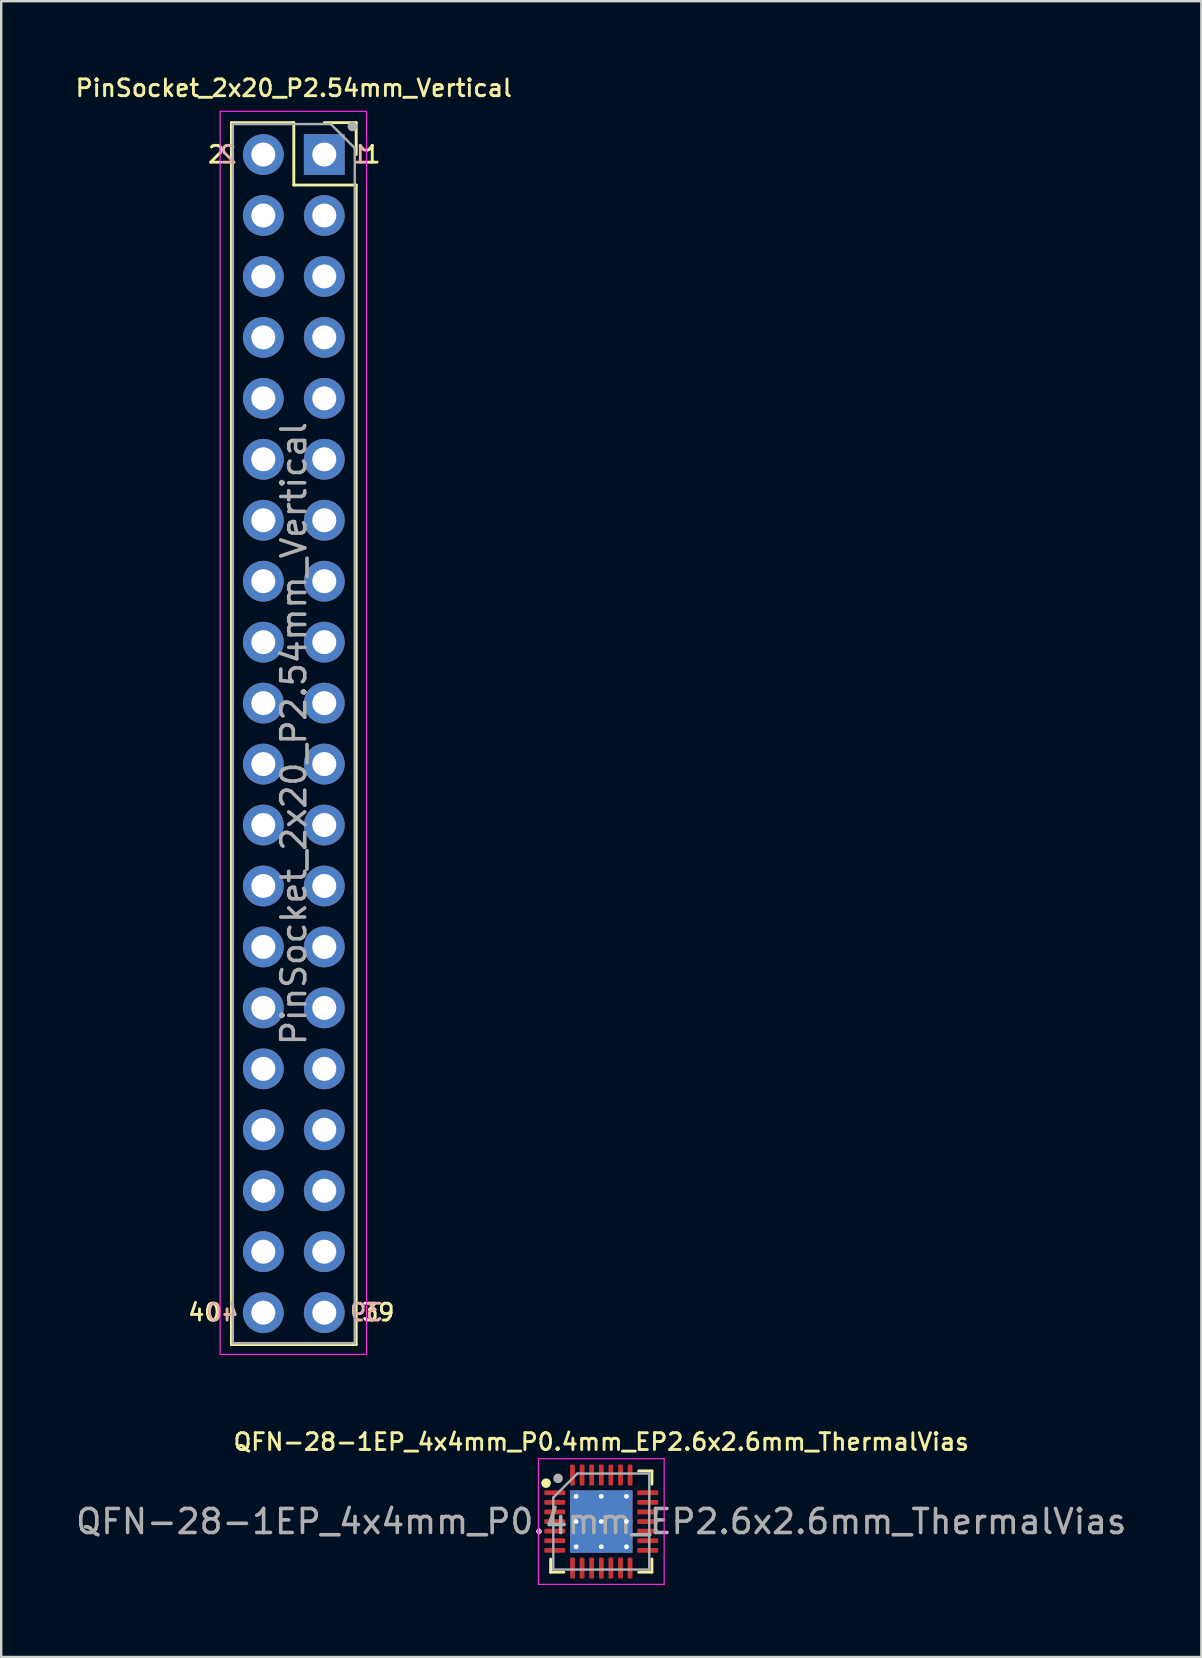
<source format=kicad_pcb>
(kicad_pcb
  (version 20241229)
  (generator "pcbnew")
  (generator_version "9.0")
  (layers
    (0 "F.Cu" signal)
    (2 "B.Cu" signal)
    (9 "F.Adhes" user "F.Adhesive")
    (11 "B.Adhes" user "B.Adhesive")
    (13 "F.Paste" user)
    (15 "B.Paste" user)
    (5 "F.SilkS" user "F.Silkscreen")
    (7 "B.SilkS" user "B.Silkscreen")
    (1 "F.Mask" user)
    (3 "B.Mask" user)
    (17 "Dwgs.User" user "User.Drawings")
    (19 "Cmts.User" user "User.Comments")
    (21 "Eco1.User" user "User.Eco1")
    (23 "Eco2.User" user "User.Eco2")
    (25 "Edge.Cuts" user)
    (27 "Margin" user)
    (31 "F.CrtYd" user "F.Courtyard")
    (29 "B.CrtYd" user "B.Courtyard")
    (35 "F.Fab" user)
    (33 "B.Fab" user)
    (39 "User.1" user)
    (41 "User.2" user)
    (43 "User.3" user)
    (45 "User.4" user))
  (footprint "PinSocket_2x20_P2.54mm_Vertical"
    (layer "F.Cu")
    (at 10.463 3.39)
    (property "Reference" "PinSocket_2x20_P2.54mm_Vertical" (at -1.27 -2.77 0) (layer "F.SilkS") (effects (font (size 0.7 0.7) (thickness 0.12))))
    (attr through_hole)
    (fp_line (start -3.87 -1.33) (end -3.87 49.59) (stroke (width 0.12) (type solid)) (layer "F.SilkS"))
    (fp_line (start -3.87 -1.33) (end -1.27 -1.33) (stroke (width 0.12) (type solid)) (layer "F.SilkS"))
    (fp_line (start -3.87 49.59) (end 1.33 49.59) (stroke (width 0.12) (type solid)) (layer "F.SilkS"))
    (fp_line (start -1.27 -1.33) (end -1.27 1.27) (stroke (width 0.12) (type solid)) (layer "F.SilkS"))
    (fp_line (start -1.27 1.27) (end 1.33 1.27) (stroke (width 0.12) (type solid)) (layer "F.SilkS"))
    (fp_line (start 0 -1.33) (end 1.33 -1.33) (stroke (width 0.12) (type solid)) (layer "F.SilkS"))
    (fp_line (start 1.33 -1.33) (end 1.33 0) (stroke (width 0.12) (type solid)) (layer "F.SilkS"))
    (fp_line (start 1.33 1.27) (end 1.33 49.59) (stroke (width 0.12) (type solid)) (layer "F.SilkS"))
    (fp_line (start -4.34 -1.8) (end 1.76 -1.8) (stroke (width 0.05) (type solid)) (layer "F.CrtYd"))
    (fp_line (start -4.34 50) (end -4.34 -1.8) (stroke (width 0.05) (type solid)) (layer "F.CrtYd"))
    (fp_line (start 1.76 -1.8) (end 1.76 50) (stroke (width 0.05) (type solid)) (layer "F.CrtYd"))
    (fp_line (start 1.76 50) (end -4.34 50) (stroke (width 0.05) (type solid)) (layer "F.CrtYd"))
    (fp_line (start -3.81 -1.27) (end 0.27 -1.27) (stroke (width 0.1) (type solid)) (layer "F.Fab"))
    (fp_line (start -3.81 49.53) (end -3.81 -1.27) (stroke (width 0.1) (type solid)) (layer "F.Fab"))
    (fp_line (start 0.27 -1.27) (end 1.27 -0.27) (stroke (width 0.1) (type solid)) (layer "F.Fab"))
    (fp_line (start 1.27 -0.27) (end 1.27 49.53) (stroke (width 0.1) (type solid)) (layer "F.Fab"))
    (fp_line (start 1.27 49.53) (end -3.81 49.53) (stroke (width 0.1) (type solid)) (layer "F.Fab"))
    (fp_circle (center 1.17 -1.17) (end 1.27 -1.17) (stroke (width 0.2) (type solid)) (fill no) (layer "F.Fab"))
    (fp_text user "39" (at 2.25 48.25 0) (layer "F.SilkS") (effects (font (size 0.7 0.7) (thickness 0.12))))
    (fp_text user "2" (at -4.5 0 0) (layer "F.SilkS") (effects (font (size 0.7 0.7) (thickness 0.12))))
    (fp_text user "1" (at 2 0 0) (layer "F.SilkS") (effects (font (size 0.7 0.7) (thickness 0.12))))
    (fp_text user "40" (at -5 48.25 0) (layer "F.SilkS") (effects (font (size 0.7 0.7) (thickness 0.12))))
    (fp_text user "1" (at 1.5 0 0) (layer "B.SilkS") (effects (font (size 0.7 0.7) (thickness 0.12)) (justify mirror)))
    (fp_text user "39" (at 1.75 48.25 0) (layer "B.SilkS") (effects (font (size 0.7 0.7) (thickness 0.12)) (justify mirror)))
    (fp_text user "2" (at -4 0 0) (layer "B.SilkS") (effects (font (size 0.7 0.7) (thickness 0.12)) (justify mirror)))
    (fp_text user "40" (at -4.25 48.25 0) (layer "B.SilkS") (effects (font (size 0.7 0.7) (thickness 0.12)) (justify mirror)))
    (fp_text user "${REFERENCE}" (at -1.27 24.13 90) (layer "F.Fab") (effects (font (size 1 1) (thickness 0.15))))
    (pad "1" thru_hole rect (at 0 0) (size 1.7 1.7) (drill 1) (layers "*.Cu" "*.Mask"))
    (pad "2" thru_hole oval (at -2.54 0) (size 1.7 1.7) (drill 1) (layers "*.Cu" "*.Mask"))
    (pad "3" thru_hole oval (at 0 2.54) (size 1.7 1.7) (drill 1) (layers "*.Cu" "*.Mask"))
    (pad "4" thru_hole oval (at -2.54 2.54) (size 1.7 1.7) (drill 1) (layers "*.Cu" "*.Mask"))
    (pad "5" thru_hole oval (at 0 5.08) (size 1.7 1.7) (drill 1) (layers "*.Cu" "*.Mask"))
    (pad "6" thru_hole oval (at -2.54 5.08) (size 1.7 1.7) (drill 1) (layers "*.Cu" "*.Mask"))
    (pad "7" thru_hole oval (at 0 7.62) (size 1.7 1.7) (drill 1) (layers "*.Cu" "*.Mask"))
    (pad "8" thru_hole oval (at -2.54 7.62) (size 1.7 1.7) (drill 1) (layers "*.Cu" "*.Mask"))
    (pad "9" thru_hole oval (at 0 10.16) (size 1.7 1.7) (drill 1) (layers "*.Cu" "*.Mask"))
    (pad "10" thru_hole oval (at -2.54 10.16) (size 1.7 1.7) (drill 1) (layers "*.Cu" "*.Mask"))
    (pad "11" thru_hole oval (at 0 12.7) (size 1.7 1.7) (drill 1) (layers "*.Cu" "*.Mask"))
    (pad "12" thru_hole oval (at -2.54 12.7) (size 1.7 1.7) (drill 1) (layers "*.Cu" "*.Mask"))
    (pad "13" thru_hole oval (at 0 15.24) (size 1.7 1.7) (drill 1) (layers "*.Cu" "*.Mask"))
    (pad "14" thru_hole oval (at -2.54 15.24) (size 1.7 1.7) (drill 1) (layers "*.Cu" "*.Mask"))
    (pad "15" thru_hole oval (at 0 17.78) (size 1.7 1.7) (drill 1) (layers "*.Cu" "*.Mask"))
    (pad "16" thru_hole oval (at -2.54 17.78) (size 1.7 1.7) (drill 1) (layers "*.Cu" "*.Mask"))
    (pad "17" thru_hole oval (at 0 20.32) (size 1.7 1.7) (drill 1) (layers "*.Cu" "*.Mask"))
    (pad "18" thru_hole oval (at -2.54 20.32) (size 1.7 1.7) (drill 1) (layers "*.Cu" "*.Mask"))
    (pad "19" thru_hole oval (at 0 22.86) (size 1.7 1.7) (drill 1) (layers "*.Cu" "*.Mask"))
    (pad "20" thru_hole oval (at -2.54 22.86) (size 1.7 1.7) (drill 1) (layers "*.Cu" "*.Mask"))
    (pad "21" thru_hole oval (at 0 25.4) (size 1.7 1.7) (drill 1) (layers "*.Cu" "*.Mask"))
    (pad "22" thru_hole oval (at -2.54 25.4) (size 1.7 1.7) (drill 1) (layers "*.Cu" "*.Mask"))
    (pad "23" thru_hole oval (at 0 27.94) (size 1.7 1.7) (drill 1) (layers "*.Cu" "*.Mask"))
    (pad "24" thru_hole oval (at -2.54 27.94) (size 1.7 1.7) (drill 1) (layers "*.Cu" "*.Mask"))
    (pad "25" thru_hole oval (at 0 30.48) (size 1.7 1.7) (drill 1) (layers "*.Cu" "*.Mask"))
    (pad "26" thru_hole oval (at -2.54 30.48) (size 1.7 1.7) (drill 1) (layers "*.Cu" "*.Mask"))
    (pad "27" thru_hole oval (at 0 33.02) (size 1.7 1.7) (drill 1) (layers "*.Cu" "*.Mask"))
    (pad "28" thru_hole oval (at -2.54 33.02) (size 1.7 1.7) (drill 1) (layers "*.Cu" "*.Mask"))
    (pad "29" thru_hole oval (at 0 35.56) (size 1.7 1.7) (drill 1) (layers "*.Cu" "*.Mask"))
    (pad "30" thru_hole oval (at -2.54 35.56) (size 1.7 1.7) (drill 1) (layers "*.Cu" "*.Mask"))
    (pad "31" thru_hole oval (at 0 38.1) (size 1.7 1.7) (drill 1) (layers "*.Cu" "*.Mask"))
    (pad "32" thru_hole oval (at -2.54 38.1) (size 1.7 1.7) (drill 1) (layers "*.Cu" "*.Mask"))
    (pad "33" thru_hole oval (at 0 40.64) (size 1.7 1.7) (drill 1) (layers "*.Cu" "*.Mask"))
    (pad "34" thru_hole oval (at -2.54 40.64) (size 1.7 1.7) (drill 1) (layers "*.Cu" "*.Mask"))
    (pad "35" thru_hole oval (at 0 43.18) (size 1.7 1.7) (drill 1) (layers "*.Cu" "*.Mask"))
    (pad "36" thru_hole oval (at -2.54 43.18) (size 1.7 1.7) (drill 1) (layers "*.Cu" "*.Mask"))
    (pad "37" thru_hole oval (at 0 45.72) (size 1.7 1.7) (drill 1) (layers "*.Cu" "*.Mask"))
    (pad "38" thru_hole oval (at -2.54 45.72) (size 1.7 1.7) (drill 1) (layers "*.Cu" "*.Mask"))
    (pad "39" thru_hole oval (at 0 48.26) (size 1.7 1.7) (drill 1) (layers "*.Cu" "*.Mask"))
    (pad "40" thru_hole oval (at -2.54 48.26) (size 1.7 1.7) (drill 1) (layers "*.Cu" "*.Mask")))
  (footprint "QFN-28-1EP_4x4mm_P0.4mm_EP2.6x2.6mm_ThermalVias"
    (layer "F.Cu")
    (at 22.006 60.355)
    (property "Reference" "QFN-28-1EP_4x4mm_P0.4mm_EP2.6x2.6mm_ThermalVias" (at 0 -3.32 0) (layer "F.SilkS") (effects (font (size 0.7 0.7) (thickness 0.12))))
    (attr smd)
    (fp_line (start -2.11 2.11) (end -2.11 1.56) (stroke (width 0.12) (type solid)) (layer "F.SilkS"))
    (fp_line (start -1.56 2.11) (end -2.11 2.11) (stroke (width 0.12) (type solid)) (layer "F.SilkS"))
    (fp_line (start 1.56 -2.11) (end 2.11 -2.11) (stroke (width 0.12) (type solid)) (layer "F.SilkS"))
    (fp_line (start 1.56 2.11) (end 2.11 2.11) (stroke (width 0.12) (type solid)) (layer "F.SilkS"))
    (fp_line (start 2.11 -2.11) (end 2.11 -1.56) (stroke (width 0.12) (type solid)) (layer "F.SilkS"))
    (fp_line (start 2.11 2.11) (end 2.11 1.56) (stroke (width 0.12) (type solid)) (layer "F.SilkS"))
    (fp_circle (center -2.3 -1.6) (end -2.2 -1.6) (stroke (width 0.2) (type solid)) (fill no) (layer "F.SilkS"))
    (fp_line (start -2.62 -2.62) (end -2.62 2.62) (stroke (width 0.05) (type solid)) (layer "F.CrtYd"))
    (fp_line (start -2.62 2.62) (end 2.62 2.62) (stroke (width 0.05) (type solid)) (layer "F.CrtYd"))
    (fp_line (start 2.62 -2.62) (end -2.62 -2.62) (stroke (width 0.05) (type solid)) (layer "F.CrtYd"))
    (fp_line (start 2.62 2.62) (end 2.62 -2.62) (stroke (width 0.05) (type solid)) (layer "F.CrtYd"))
    (fp_line (start -2 -1) (end -1 -2) (stroke (width 0.1) (type solid)) (layer "F.Fab"))
    (fp_line (start -2 2) (end -2 -1) (stroke (width 0.1) (type solid)) (layer "F.Fab"))
    (fp_line (start -1 -2) (end 2 -2) (stroke (width 0.1) (type solid)) (layer "F.Fab"))
    (fp_line (start 2 -2) (end 2 2) (stroke (width 0.1) (type solid)) (layer "F.Fab"))
    (fp_line (start 2 2) (end -2 2) (stroke (width 0.1) (type solid)) (layer "F.Fab"))
    (fp_circle (center -1.8 -1.8) (end -1.7 -1.8) (stroke (width 0.2) (type solid)) (fill no) (layer "F.Fab"))
    (fp_text user "${REFERENCE}" (at 0 0 0) (layer "F.Fab") (effects (font (size 1 1) (thickness 0.15))))
    (pad "" smd roundrect (at -0.65 -0.65) (size 1.13 1.13) (layers "F.Paste") (roundrect_rratio 0.221))
    (pad "" smd roundrect (at -0.65 0.65) (size 1.13 1.13) (layers "F.Paste") (roundrect_rratio 0.221))
    (pad "" smd roundrect (at 0.65 -0.65) (size 1.13 1.13) (layers "F.Paste") (roundrect_rratio 0.221))
    (pad "" smd roundrect (at 0.65 0.65) (size 1.13 1.13) (layers "F.Paste") (roundrect_rratio 0.221))
    (pad "1" smd roundrect (at -1.938 -1.2) (size 0.875 0.2) (layers "F.Cu" "F.Mask" "F.Paste") (roundrect_rratio 0.25))
    (pad "2" smd roundrect (at -1.938 -0.8) (size 0.875 0.2) (layers "F.Cu" "F.Mask" "F.Paste") (roundrect_rratio 0.25))
    (pad "3" smd roundrect (at -1.938 -0.4) (size 0.875 0.2) (layers "F.Cu" "F.Mask" "F.Paste") (roundrect_rratio 0.25))
    (pad "4" smd roundrect (at -1.938 0) (size 0.875 0.2) (layers "F.Cu" "F.Mask" "F.Paste") (roundrect_rratio 0.25))
    (pad "5" smd roundrect (at -1.938 0.4) (size 0.875 0.2) (layers "F.Cu" "F.Mask" "F.Paste") (roundrect_rratio 0.25))
    (pad "6" smd roundrect (at -1.938 0.8) (size 0.875 0.2) (layers "F.Cu" "F.Mask" "F.Paste") (roundrect_rratio 0.25))
    (pad "7" smd roundrect (at -1.938 1.2) (size 0.875 0.2) (layers "F.Cu" "F.Mask" "F.Paste") (roundrect_rratio 0.25))
    (pad "8" smd roundrect (at -1.2 1.938) (size 0.2 0.875) (layers "F.Cu" "F.Mask" "F.Paste") (roundrect_rratio 0.25))
    (pad "9" smd roundrect (at -0.8 1.938) (size 0.2 0.875) (layers "F.Cu" "F.Mask" "F.Paste") (roundrect_rratio 0.25))
    (pad "10" smd roundrect (at -0.4 1.938) (size 0.2 0.875) (layers "F.Cu" "F.Mask" "F.Paste") (roundrect_rratio 0.25))
    (pad "11" smd roundrect (at 0 1.938) (size 0.2 0.875) (layers "F.Cu" "F.Mask" "F.Paste") (roundrect_rratio 0.25))
    (pad "12" smd roundrect (at 0.4 1.938) (size 0.2 0.875) (layers "F.Cu" "F.Mask" "F.Paste") (roundrect_rratio 0.25))
    (pad "13" smd roundrect (at 0.8 1.938) (size 0.2 0.875) (layers "F.Cu" "F.Mask" "F.Paste") (roundrect_rratio 0.25))
    (pad "14" smd roundrect (at 1.2 1.938) (size 0.2 0.875) (layers "F.Cu" "F.Mask" "F.Paste") (roundrect_rratio 0.25))
    (pad "15" smd roundrect (at 1.938 1.2) (size 0.875 0.2) (layers "F.Cu" "F.Mask" "F.Paste") (roundrect_rratio 0.25))
    (pad "16" smd roundrect (at 1.938 0.8) (size 0.875 0.2) (layers "F.Cu" "F.Mask" "F.Paste") (roundrect_rratio 0.25))
    (pad "17" smd roundrect (at 1.938 0.4) (size 0.875 0.2) (layers "F.Cu" "F.Mask" "F.Paste") (roundrect_rratio 0.25))
    (pad "18" smd roundrect (at 1.938 0) (size 0.875 0.2) (layers "F.Cu" "F.Mask" "F.Paste") (roundrect_rratio 0.25))
    (pad "19" smd roundrect (at 1.938 -0.4) (size 0.875 0.2) (layers "F.Cu" "F.Mask" "F.Paste") (roundrect_rratio 0.25))
    (pad "20" smd roundrect (at 1.938 -0.8) (size 0.875 0.2) (layers "F.Cu" "F.Mask" "F.Paste") (roundrect_rratio 0.25))
    (pad "21" smd roundrect (at 1.938 -1.2) (size 0.875 0.2) (layers "F.Cu" "F.Mask" "F.Paste") (roundrect_rratio 0.25))
    (pad "22" smd roundrect (at 1.2 -1.938) (size 0.2 0.875) (layers "F.Cu" "F.Mask" "F.Paste") (roundrect_rratio 0.25))
    (pad "23" smd roundrect (at 0.8 -1.938) (size 0.2 0.875) (layers "F.Cu" "F.Mask" "F.Paste") (roundrect_rratio 0.25))
    (pad "24" smd roundrect (at 0.4 -1.938) (size 0.2 0.875) (layers "F.Cu" "F.Mask" "F.Paste") (roundrect_rratio 0.25))
    (pad "25" smd roundrect (at 0 -1.938) (size 0.2 0.875) (layers "F.Cu" "F.Mask" "F.Paste") (roundrect_rratio 0.25))
    (pad "26" smd roundrect (at -0.4 -1.938) (size 0.2 0.875) (layers "F.Cu" "F.Mask" "F.Paste") (roundrect_rratio 0.25))
    (pad "27" smd roundrect (at -0.8 -1.938) (size 0.2 0.875) (layers "F.Cu" "F.Mask" "F.Paste") (roundrect_rratio 0.25))
    (pad "28" smd roundrect (at -1.2 -1.938) (size 0.2 0.875) (layers "F.Cu" "F.Mask" "F.Paste") (roundrect_rratio 0.25))
    (pad "29" thru_hole circle (at -1.05 -1.05) (size 0.5 0.5) (drill 0.2) (layers "*.Cu"))
    (pad "29" thru_hole circle (at -1.05 0) (size 0.5 0.5) (drill 0.2) (layers "*.Cu"))
    (pad "29" thru_hole circle (at -1.05 1.05) (size 0.5 0.5) (drill 0.2) (layers "*.Cu"))
    (pad "29" thru_hole circle (at 0 -1.05) (size 0.5 0.5) (drill 0.2) (layers "*.Cu"))
    (pad "29" thru_hole circle (at 0 0) (size 0.5 0.5) (drill 0.2) (layers "*.Cu"))
    (pad "29" smd rect (at 0 0) (size 2.6 2.6) (layers "F.Cu" "F.Mask"))
    (pad "29" smd rect (at 0 0) (size 2.6 2.6) (layers "B.Cu"))
    (pad "29" thru_hole circle (at 0 1.05) (size 0.5 0.5) (drill 0.2) (layers "*.Cu"))
    (pad "29" thru_hole circle (at 1.05 -1.05) (size 0.5 0.5) (drill 0.2) (layers "*.Cu"))
    (pad "29" thru_hole circle (at 1.05 0) (size 0.5 0.5) (drill 0.2) (layers "*.Cu"))
    (pad "29" thru_hole circle (at 1.05 1.05) (size 0.5 0.5) (drill 0.2) (layers "*.Cu")))
  (gr_rect
    (start -3 -3)
    (end 47.012 66)
    (stroke (width 0.1) (type default))
    (fill no)
    (layer "Edge.Cuts")))
</source>
